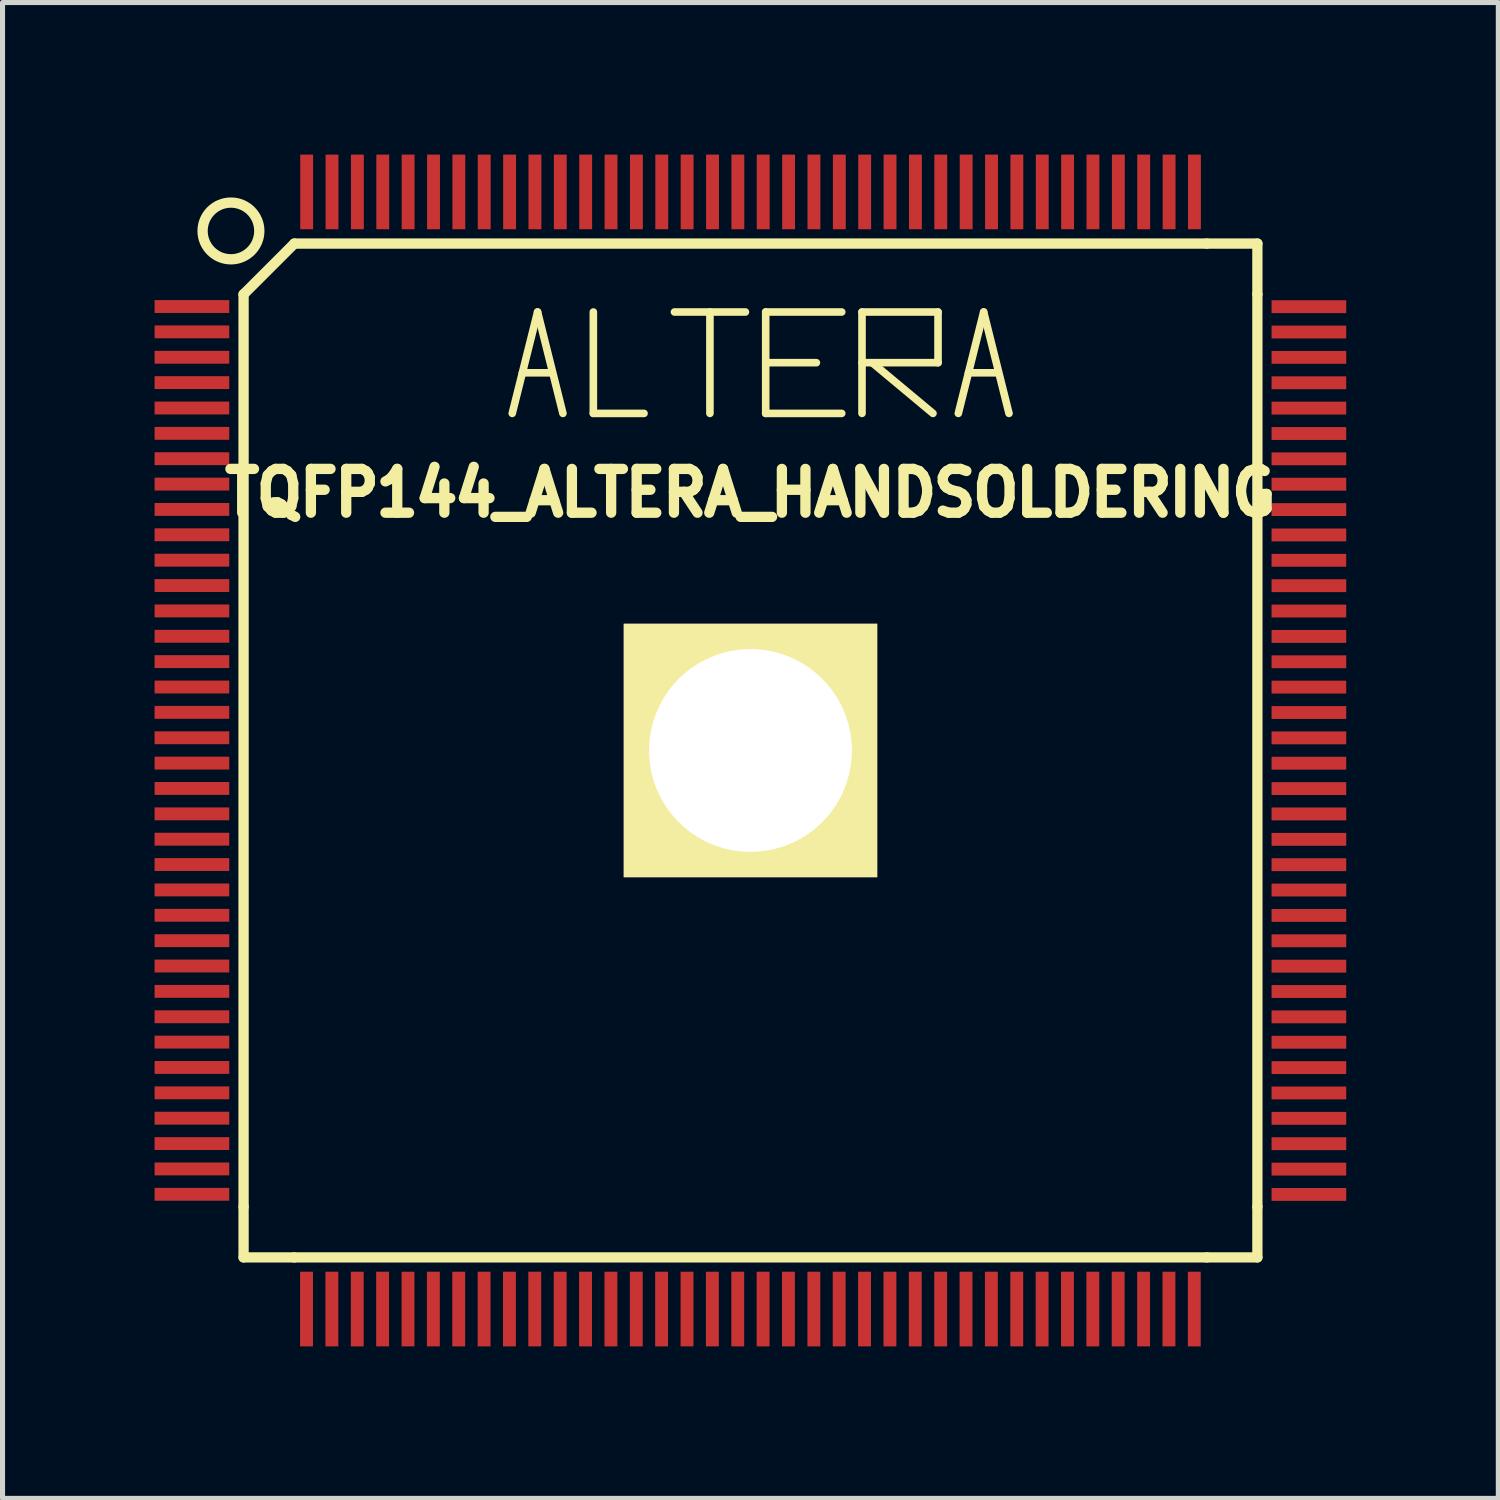
<source format=kicad_pcb>
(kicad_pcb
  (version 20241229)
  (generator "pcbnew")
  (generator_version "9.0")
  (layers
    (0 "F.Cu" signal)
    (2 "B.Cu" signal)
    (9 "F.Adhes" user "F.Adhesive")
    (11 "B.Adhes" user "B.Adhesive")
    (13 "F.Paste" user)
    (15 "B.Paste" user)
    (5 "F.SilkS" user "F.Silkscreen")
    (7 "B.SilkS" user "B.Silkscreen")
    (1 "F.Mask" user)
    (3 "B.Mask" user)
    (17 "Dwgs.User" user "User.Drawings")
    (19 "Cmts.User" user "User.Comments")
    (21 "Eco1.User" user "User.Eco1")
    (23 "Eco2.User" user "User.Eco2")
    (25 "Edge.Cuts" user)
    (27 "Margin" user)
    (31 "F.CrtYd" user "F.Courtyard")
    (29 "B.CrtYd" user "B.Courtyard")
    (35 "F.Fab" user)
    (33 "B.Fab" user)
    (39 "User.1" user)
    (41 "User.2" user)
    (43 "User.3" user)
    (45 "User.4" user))
  (footprint "TQFP144_ALTERA_HANDSOLDERING"
    (layer "F.Cu")
    (at 11.755 11.755)
    (property "Reference" "TQFP144_ALTERA_HANDSOLDERING" (at 0 -5.08 0) (layer "F.SilkS") (effects (font (size 0.864 0.813) (thickness 0.203))))
    (attr smd)
    (fp_line (start -10 8.999) (end -10 -8.999) (stroke (width 0.203) (type solid)) (layer "F.SilkS"))
    (fp_line (start -10 10) (end -10 8.999) (stroke (width 0.203) (type solid)) (layer "F.SilkS"))
    (fp_line (start -10 10) (end -8.999 10) (stroke (width 0.203) (type solid)) (layer "F.SilkS"))
    (fp_line (start -8.999 -10) (end -10 -8.999) (stroke (width 0.203) (type solid)) (layer "F.SilkS"))
    (fp_line (start -8.999 -10) (end 8.999 -10) (stroke (width 0.203) (type solid)) (layer "F.SilkS"))
    (fp_line (start -4.7 -6.65) (end -4.2 -8.65) (stroke (width 0.15) (type solid)) (layer "F.SilkS"))
    (fp_line (start -4.5 -7.45) (end -3.95 -7.45) (stroke (width 0.15) (type solid)) (layer "F.SilkS"))
    (fp_line (start -4.2 -8.65) (end -3.7 -6.65) (stroke (width 0.15) (type solid)) (layer "F.SilkS"))
    (fp_line (start -3.1 -8.65) (end -3.1 -6.65) (stroke (width 0.15) (type solid)) (layer "F.SilkS"))
    (fp_line (start -3.1 -6.65) (end -2.1 -6.65) (stroke (width 0.15) (type solid)) (layer "F.SilkS"))
    (fp_line (start -1.5 -8.65) (end -0.1 -8.65) (stroke (width 0.15) (type solid)) (layer "F.SilkS"))
    (fp_line (start -0.8 -8.65) (end -0.8 -6.65) (stroke (width 0.15) (type solid)) (layer "F.SilkS"))
    (fp_line (start 0.3 -8.65) (end 0.3 -6.65) (stroke (width 0.15) (type solid)) (layer "F.SilkS"))
    (fp_line (start 0.3 -8.65) (end 1.8 -8.65) (stroke (width 0.15) (type solid)) (layer "F.SilkS"))
    (fp_line (start 0.3 -7.65) (end 1.3 -7.65) (stroke (width 0.15) (type solid)) (layer "F.SilkS"))
    (fp_line (start 0.3 -6.65) (end 1.8 -6.65) (stroke (width 0.15) (type solid)) (layer "F.SilkS"))
    (fp_line (start 2.2 -8.65) (end 2.2 -6.65) (stroke (width 0.15) (type solid)) (layer "F.SilkS"))
    (fp_line (start 2.2 -8.65) (end 3.7 -8.65) (stroke (width 0.15) (type solid)) (layer "F.SilkS"))
    (fp_line (start 2.4 -7.65) (end 3.6 -6.65) (stroke (width 0.15) (type solid)) (layer "F.SilkS"))
    (fp_line (start 3.7 -8.65) (end 3.7 -7.65) (stroke (width 0.15) (type solid)) (layer "F.SilkS"))
    (fp_line (start 3.7 -7.65) (end 2.2 -7.65) (stroke (width 0.15) (type solid)) (layer "F.SilkS"))
    (fp_line (start 4.1 -6.65) (end 4.6 -8.65) (stroke (width 0.15) (type solid)) (layer "F.SilkS"))
    (fp_line (start 4.3 -7.45) (end 4.85 -7.45) (stroke (width 0.15) (type solid)) (layer "F.SilkS"))
    (fp_line (start 4.6 -8.65) (end 5.1 -6.65) (stroke (width 0.15) (type solid)) (layer "F.SilkS"))
    (fp_line (start 8.999 10) (end -8.999 10) (stroke (width 0.203) (type solid)) (layer "F.SilkS"))
    (fp_line (start 10 -10) (end 8.999 -10) (stroke (width 0.203) (type solid)) (layer "F.SilkS"))
    (fp_line (start 10 -10) (end 10 -8.999) (stroke (width 0.203) (type solid)) (layer "F.SilkS"))
    (fp_line (start 10 -8.999) (end 10 8.999) (stroke (width 0.203) (type solid)) (layer "F.SilkS"))
    (fp_line (start 10 10) (end 8.999 10) (stroke (width 0.203) (type solid)) (layer "F.SilkS"))
    (fp_line (start 10 10) (end 10 8.999) (stroke (width 0.203) (type solid)) (layer "F.SilkS"))
    (fp_circle (center -10.249 -10.249) (end -10.749 -10.5) (stroke (width 0.203) (type solid)) (fill no) (layer "F.SilkS"))
    (pad "1" smd rect (at -11.019 -8.758 90) (size 0.254 1.473) (layers "F.Cu" "F.Mask" "F.Paste"))
    (pad "2" smd rect (at -11.019 -8.258 90) (size 0.254 1.473) (layers "F.Cu" "F.Mask" "F.Paste"))
    (pad "3" smd rect (at -11.019 -7.757 90) (size 0.254 1.473) (layers "F.Cu" "F.Mask" "F.Paste"))
    (pad "4" smd rect (at -11.019 -7.257 90) (size 0.254 1.473) (layers "F.Cu" "F.Mask" "F.Paste"))
    (pad "5" smd rect (at -11.019 -6.756 90) (size 0.254 1.473) (layers "F.Cu" "F.Mask" "F.Paste"))
    (pad "6" smd rect (at -11.019 -6.256 90) (size 0.254 1.473) (layers "F.Cu" "F.Mask" "F.Paste"))
    (pad "7" smd rect (at -11.019 -5.756 90) (size 0.254 1.473) (layers "F.Cu" "F.Mask" "F.Paste"))
    (pad "8" smd rect (at -11.019 -5.255 90) (size 0.254 1.473) (layers "F.Cu" "F.Mask" "F.Paste"))
    (pad "9" smd rect (at -11.019 -4.755 90) (size 0.254 1.473) (layers "F.Cu" "F.Mask" "F.Paste"))
    (pad "10" smd rect (at -11.019 -4.255 90) (size 0.254 1.473) (layers "F.Cu" "F.Mask" "F.Paste"))
    (pad "11" smd rect (at -11.019 -3.754 90) (size 0.254 1.473) (layers "F.Cu" "F.Mask" "F.Paste"))
    (pad "12" smd rect (at -11.019 -3.254 90) (size 0.254 1.473) (layers "F.Cu" "F.Mask" "F.Paste"))
    (pad "13" smd rect (at -11.019 -2.753 90) (size 0.254 1.473) (layers "F.Cu" "F.Mask" "F.Paste"))
    (pad "14" smd rect (at -11.019 -2.253 90) (size 0.254 1.473) (layers "F.Cu" "F.Mask" "F.Paste"))
    (pad "15" smd rect (at -11.019 -1.753 90) (size 0.254 1.473) (layers "F.Cu" "F.Mask" "F.Paste"))
    (pad "16" smd rect (at -11.019 -1.252 90) (size 0.254 1.473) (layers "F.Cu" "F.Mask" "F.Paste"))
    (pad "17" smd rect (at -11.019 -0.752 90) (size 0.254 1.473) (layers "F.Cu" "F.Mask" "F.Paste"))
    (pad "18" smd rect (at -11.019 -0.251 90) (size 0.254 1.473) (layers "F.Cu" "F.Mask" "F.Paste"))
    (pad "19" smd rect (at -11.019 0.249 90) (size 0.254 1.473) (layers "F.Cu" "F.Mask" "F.Paste"))
    (pad "20" smd rect (at -11.019 0.749 90) (size 0.254 1.473) (layers "F.Cu" "F.Mask" "F.Paste"))
    (pad "21" smd rect (at -11.019 1.25 90) (size 0.254 1.473) (layers "F.Cu" "F.Mask" "F.Paste"))
    (pad "22" smd rect (at -11.019 1.75 90) (size 0.254 1.473) (layers "F.Cu" "F.Mask" "F.Paste"))
    (pad "23" smd rect (at -11.019 2.25 90) (size 0.254 1.473) (layers "F.Cu" "F.Mask" "F.Paste"))
    (pad "24" smd rect (at -11.019 2.751 90) (size 0.254 1.473) (layers "F.Cu" "F.Mask" "F.Paste"))
    (pad "25" smd rect (at -11.019 3.251 90) (size 0.254 1.473) (layers "F.Cu" "F.Mask" "F.Paste"))
    (pad "26" smd rect (at -11.019 3.752 90) (size 0.254 1.473) (layers "F.Cu" "F.Mask" "F.Paste"))
    (pad "27" smd rect (at -11.019 4.252 90) (size 0.254 1.473) (layers "F.Cu" "F.Mask" "F.Paste"))
    (pad "28" smd rect (at -11.019 4.752 90) (size 0.254 1.473) (layers "F.Cu" "F.Mask" "F.Paste"))
    (pad "29" smd rect (at -11.019 5.253 90) (size 0.254 1.473) (layers "F.Cu" "F.Mask" "F.Paste"))
    (pad "30" smd rect (at -11.019 5.753 90) (size 0.254 1.473) (layers "F.Cu" "F.Mask" "F.Paste"))
    (pad "31" smd rect (at -11.019 6.253 90) (size 0.254 1.473) (layers "F.Cu" "F.Mask" "F.Paste"))
    (pad "32" smd rect (at -11.019 6.754 90) (size 0.254 1.473) (layers "F.Cu" "F.Mask" "F.Paste"))
    (pad "33" smd rect (at -11.019 7.254 90) (size 0.254 1.473) (layers "F.Cu" "F.Mask" "F.Paste"))
    (pad "34" smd rect (at -11.019 7.755 90) (size 0.254 1.473) (layers "F.Cu" "F.Mask" "F.Paste"))
    (pad "35" smd rect (at -11.019 8.255 90) (size 0.254 1.473) (layers "F.Cu" "F.Mask" "F.Paste"))
    (pad "36" smd rect (at -11.019 8.755 90) (size 0.254 1.473) (layers "F.Cu" "F.Mask" "F.Paste"))
    (pad "37" smd rect (at -8.758 11.019) (size 0.254 1.473) (layers "F.Cu" "F.Mask" "F.Paste"))
    (pad "38" smd rect (at -8.258 11.019) (size 0.254 1.473) (layers "F.Cu" "F.Mask" "F.Paste"))
    (pad "39" smd rect (at -7.757 11.019) (size 0.254 1.473) (layers "F.Cu" "F.Mask" "F.Paste"))
    (pad "40" smd rect (at -7.257 11.019) (size 0.254 1.473) (layers "F.Cu" "F.Mask" "F.Paste"))
    (pad "41" smd rect (at -6.756 11.019) (size 0.254 1.473) (layers "F.Cu" "F.Mask" "F.Paste"))
    (pad "42" smd rect (at -6.256 11.019) (size 0.254 1.473) (layers "F.Cu" "F.Mask" "F.Paste"))
    (pad "43" smd rect (at -5.756 11.019) (size 0.254 1.473) (layers "F.Cu" "F.Mask" "F.Paste"))
    (pad "44" smd rect (at -5.255 11.019) (size 0.254 1.473) (layers "F.Cu" "F.Mask" "F.Paste"))
    (pad "45" smd rect (at -4.755 11.019) (size 0.254 1.473) (layers "F.Cu" "F.Mask" "F.Paste"))
    (pad "46" smd rect (at -4.255 11.019) (size 0.254 1.473) (layers "F.Cu" "F.Mask" "F.Paste"))
    (pad "47" smd rect (at -3.754 11.019) (size 0.254 1.473) (layers "F.Cu" "F.Mask" "F.Paste"))
    (pad "48" smd rect (at -3.254 11.019) (size 0.254 1.473) (layers "F.Cu" "F.Mask" "F.Paste"))
    (pad "49" smd rect (at -2.753 11.019) (size 0.254 1.473) (layers "F.Cu" "F.Mask" "F.Paste"))
    (pad "50" smd rect (at -2.253 11.019) (size 0.254 1.473) (layers "F.Cu" "F.Mask" "F.Paste"))
    (pad "51" smd rect (at -1.753 11.019) (size 0.254 1.473) (layers "F.Cu" "F.Mask" "F.Paste"))
    (pad "52" smd rect (at -1.252 11.019) (size 0.254 1.473) (layers "F.Cu" "F.Mask" "F.Paste"))
    (pad "53" smd rect (at -0.752 11.019) (size 0.254 1.473) (layers "F.Cu" "F.Mask" "F.Paste"))
    (pad "54" smd rect (at -0.251 11.019) (size 0.254 1.473) (layers "F.Cu" "F.Mask" "F.Paste"))
    (pad "55" smd rect (at 0.249 11.019) (size 0.254 1.473) (layers "F.Cu" "F.Mask" "F.Paste"))
    (pad "56" smd rect (at 0.749 11.019) (size 0.254 1.473) (layers "F.Cu" "F.Mask" "F.Paste"))
    (pad "57" smd rect (at 1.25 11.019) (size 0.254 1.473) (layers "F.Cu" "F.Mask" "F.Paste"))
    (pad "58" smd rect (at 1.75 11.019) (size 0.254 1.473) (layers "F.Cu" "F.Mask" "F.Paste"))
    (pad "59" smd rect (at 2.25 11.019) (size 0.254 1.473) (layers "F.Cu" "F.Mask" "F.Paste"))
    (pad "60" smd rect (at 2.751 11.019) (size 0.254 1.473) (layers "F.Cu" "F.Mask" "F.Paste"))
    (pad "61" smd rect (at 3.251 11.019) (size 0.254 1.473) (layers "F.Cu" "F.Mask" "F.Paste"))
    (pad "62" smd rect (at 3.752 11.019) (size 0.254 1.473) (layers "F.Cu" "F.Mask" "F.Paste"))
    (pad "63" smd rect (at 4.252 11.019) (size 0.254 1.473) (layers "F.Cu" "F.Mask" "F.Paste"))
    (pad "64" smd rect (at 4.752 11.019) (size 0.254 1.473) (layers "F.Cu" "F.Mask" "F.Paste"))
    (pad "65" smd rect (at 5.253 11.019) (size 0.254 1.473) (layers "F.Cu" "F.Mask" "F.Paste"))
    (pad "66" smd rect (at 5.753 11.019) (size 0.254 1.473) (layers "F.Cu" "F.Mask" "F.Paste"))
    (pad "67" smd rect (at 6.253 11.019) (size 0.254 1.473) (layers "F.Cu" "F.Mask" "F.Paste"))
    (pad "68" smd rect (at 6.754 11.019) (size 0.254 1.473) (layers "F.Cu" "F.Mask" "F.Paste"))
    (pad "69" smd rect (at 7.254 11.019) (size 0.254 1.473) (layers "F.Cu" "F.Mask" "F.Paste"))
    (pad "70" smd rect (at 7.755 11.019) (size 0.254 1.473) (layers "F.Cu" "F.Mask" "F.Paste"))
    (pad "71" smd rect (at 8.255 11.019) (size 0.254 1.473) (layers "F.Cu" "F.Mask" "F.Paste"))
    (pad "72" smd rect (at 8.755 11.019) (size 0.254 1.473) (layers "F.Cu" "F.Mask" "F.Paste"))
    (pad "73" smd rect (at 11.016 8.758 270) (size 0.254 1.473) (layers "F.Cu" "F.Mask" "F.Paste"))
    (pad "74" smd rect (at 11.016 8.258 270) (size 0.254 1.473) (layers "F.Cu" "F.Mask" "F.Paste"))
    (pad "75" smd rect (at 11.016 7.757 270) (size 0.254 1.473) (layers "F.Cu" "F.Mask" "F.Paste"))
    (pad "76" smd rect (at 11.016 7.257 270) (size 0.254 1.473) (layers "F.Cu" "F.Mask" "F.Paste"))
    (pad "77" smd rect (at 11.016 6.756 270) (size 0.254 1.473) (layers "F.Cu" "F.Mask" "F.Paste"))
    (pad "78" smd rect (at 11.016 6.256 270) (size 0.254 1.473) (layers "F.Cu" "F.Mask" "F.Paste"))
    (pad "79" smd rect (at 11.016 5.756 270) (size 0.254 1.473) (layers "F.Cu" "F.Mask" "F.Paste"))
    (pad "80" smd rect (at 11.016 5.255 270) (size 0.254 1.473) (layers "F.Cu" "F.Mask" "F.Paste"))
    (pad "81" smd rect (at 11.016 4.755 270) (size 0.254 1.473) (layers "F.Cu" "F.Mask" "F.Paste"))
    (pad "82" smd rect (at 11.016 4.255 270) (size 0.254 1.473) (layers "F.Cu" "F.Mask" "F.Paste"))
    (pad "83" smd rect (at 11.016 3.754 270) (size 0.254 1.473) (layers "F.Cu" "F.Mask" "F.Paste"))
    (pad "84" smd rect (at 11.016 3.254 270) (size 0.254 1.473) (layers "F.Cu" "F.Mask" "F.Paste"))
    (pad "85" smd rect (at 11.016 2.753 270) (size 0.254 1.473) (layers "F.Cu" "F.Mask" "F.Paste"))
    (pad "86" smd rect (at 11.016 2.253 270) (size 0.254 1.473) (layers "F.Cu" "F.Mask" "F.Paste"))
    (pad "87" smd rect (at 11.016 1.753 270) (size 0.254 1.473) (layers "F.Cu" "F.Mask" "F.Paste"))
    (pad "88" smd rect (at 11.016 1.252 270) (size 0.254 1.473) (layers "F.Cu" "F.Mask" "F.Paste"))
    (pad "89" smd rect (at 11.016 0.752 270) (size 0.254 1.473) (layers "F.Cu" "F.Mask" "F.Paste"))
    (pad "90" smd rect (at 11.016 0.251 270) (size 0.254 1.473) (layers "F.Cu" "F.Mask" "F.Paste"))
    (pad "91" smd rect (at 11.016 -0.249 270) (size 0.254 1.473) (layers "F.Cu" "F.Mask" "F.Paste"))
    (pad "92" smd rect (at 11.016 -0.749 270) (size 0.254 1.473) (layers "F.Cu" "F.Mask" "F.Paste"))
    (pad "93" smd rect (at 11.016 -1.25 270) (size 0.254 1.473) (layers "F.Cu" "F.Mask" "F.Paste"))
    (pad "94" smd rect (at 11.016 -1.75 270) (size 0.254 1.473) (layers "F.Cu" "F.Mask" "F.Paste"))
    (pad "95" smd rect (at 11.016 -2.25 270) (size 0.254 1.473) (layers "F.Cu" "F.Mask" "F.Paste"))
    (pad "96" smd rect (at 11.016 -2.751 270) (size 0.254 1.473) (layers "F.Cu" "F.Mask" "F.Paste"))
    (pad "97" smd rect (at 11.016 -3.251 270) (size 0.254 1.473) (layers "F.Cu" "F.Mask" "F.Paste"))
    (pad "98" smd rect (at 11.016 -3.752 270) (size 0.254 1.473) (layers "F.Cu" "F.Mask" "F.Paste"))
    (pad "99" smd rect (at 11.016 -4.252 270) (size 0.254 1.473) (layers "F.Cu" "F.Mask" "F.Paste"))
    (pad "100" smd rect (at 11.016 -4.752 270) (size 0.254 1.473) (layers "F.Cu" "F.Mask" "F.Paste"))
    (pad "101" smd rect (at 11.016 -5.253 270) (size 0.254 1.473) (layers "F.Cu" "F.Mask" "F.Paste"))
    (pad "102" smd rect (at 11.016 -5.753 270) (size 0.254 1.473) (layers "F.Cu" "F.Mask" "F.Paste"))
    (pad "103" smd rect (at 11.016 -6.253 270) (size 0.254 1.473) (layers "F.Cu" "F.Mask" "F.Paste"))
    (pad "104" smd rect (at 11.016 -6.754 270) (size 0.254 1.473) (layers "F.Cu" "F.Mask" "F.Paste"))
    (pad "105" smd rect (at 11.016 -7.254 270) (size 0.254 1.473) (layers "F.Cu" "F.Mask" "F.Paste"))
    (pad "106" smd rect (at 11.016 -7.755 270) (size 0.254 1.473) (layers "F.Cu" "F.Mask" "F.Paste"))
    (pad "107" smd rect (at 11.016 -8.255 270) (size 0.254 1.473) (layers "F.Cu" "F.Mask" "F.Paste"))
    (pad "108" smd rect (at 11.016 -8.755 270) (size 0.254 1.473) (layers "F.Cu" "F.Mask" "F.Paste"))
    (pad "109" smd rect (at 8.758 -11.019) (size 0.254 1.473) (layers "F.Cu" "F.Mask" "F.Paste"))
    (pad "110" smd rect (at 8.258 -11.019) (size 0.254 1.473) (layers "F.Cu" "F.Mask" "F.Paste"))
    (pad "111" smd rect (at 7.757 -11.019) (size 0.254 1.473) (layers "F.Cu" "F.Mask" "F.Paste"))
    (pad "112" smd rect (at 7.257 -11.019) (size 0.254 1.473) (layers "F.Cu" "F.Mask" "F.Paste"))
    (pad "113" smd rect (at 6.756 -11.019) (size 0.254 1.473) (layers "F.Cu" "F.Mask" "F.Paste"))
    (pad "114" smd rect (at 6.256 -11.019) (size 0.254 1.473) (layers "F.Cu" "F.Mask" "F.Paste"))
    (pad "115" smd rect (at 5.756 -11.019) (size 0.254 1.473) (layers "F.Cu" "F.Mask" "F.Paste"))
    (pad "116" smd rect (at 5.255 -11.019) (size 0.254 1.473) (layers "F.Cu" "F.Mask" "F.Paste"))
    (pad "117" smd rect (at 4.755 -11.019) (size 0.254 1.473) (layers "F.Cu" "F.Mask" "F.Paste"))
    (pad "118" smd rect (at 4.255 -11.019) (size 0.254 1.473) (layers "F.Cu" "F.Mask" "F.Paste"))
    (pad "119" smd rect (at 3.754 -11.019) (size 0.254 1.473) (layers "F.Cu" "F.Mask" "F.Paste"))
    (pad "120" smd rect (at 3.254 -11.019) (size 0.254 1.473) (layers "F.Cu" "F.Mask" "F.Paste"))
    (pad "121" smd rect (at 2.753 -11.019) (size 0.254 1.473) (layers "F.Cu" "F.Mask" "F.Paste"))
    (pad "122" smd rect (at 2.253 -11.019) (size 0.254 1.473) (layers "F.Cu" "F.Mask" "F.Paste"))
    (pad "123" smd rect (at 1.753 -11.019) (size 0.254 1.473) (layers "F.Cu" "F.Mask" "F.Paste"))
    (pad "124" smd rect (at 1.252 -11.019) (size 0.254 1.473) (layers "F.Cu" "F.Mask" "F.Paste"))
    (pad "125" smd rect (at 0.752 -11.019) (size 0.254 1.473) (layers "F.Cu" "F.Mask" "F.Paste"))
    (pad "126" smd rect (at 0.251 -11.019) (size 0.254 1.473) (layers "F.Cu" "F.Mask" "F.Paste"))
    (pad "127" smd rect (at -0.249 -11.019) (size 0.254 1.473) (layers "F.Cu" "F.Mask" "F.Paste"))
    (pad "128" smd rect (at -0.749 -11.019) (size 0.254 1.473) (layers "F.Cu" "F.Mask" "F.Paste"))
    (pad "129" smd rect (at -1.25 -11.019) (size 0.254 1.473) (layers "F.Cu" "F.Mask" "F.Paste"))
    (pad "130" smd rect (at -1.75 -11.019) (size 0.254 1.473) (layers "F.Cu" "F.Mask" "F.Paste"))
    (pad "131" smd rect (at -2.25 -11.019) (size 0.254 1.473) (layers "F.Cu" "F.Mask" "F.Paste"))
    (pad "132" smd rect (at -2.751 -11.019) (size 0.254 1.473) (layers "F.Cu" "F.Mask" "F.Paste"))
    (pad "133" smd rect (at -3.251 -11.019) (size 0.254 1.473) (layers "F.Cu" "F.Mask" "F.Paste"))
    (pad "134" smd rect (at -3.752 -11.019) (size 0.254 1.473) (layers "F.Cu" "F.Mask" "F.Paste"))
    (pad "135" smd rect (at -4.252 -11.019) (size 0.254 1.473) (layers "F.Cu" "F.Mask" "F.Paste"))
    (pad "136" smd rect (at -4.752 -11.019) (size 0.254 1.473) (layers "F.Cu" "F.Mask" "F.Paste"))
    (pad "137" smd rect (at -5.253 -11.019) (size 0.254 1.473) (layers "F.Cu" "F.Mask" "F.Paste"))
    (pad "138" smd rect (at -5.753 -11.019) (size 0.254 1.473) (layers "F.Cu" "F.Mask" "F.Paste"))
    (pad "139" smd rect (at -6.253 -11.019) (size 0.254 1.473) (layers "F.Cu" "F.Mask" "F.Paste"))
    (pad "140" smd rect (at -6.754 -11.019) (size 0.254 1.473) (layers "F.Cu" "F.Mask" "F.Paste"))
    (pad "141" smd rect (at -7.254 -11.019) (size 0.254 1.473) (layers "F.Cu" "F.Mask" "F.Paste"))
    (pad "142" smd rect (at -7.755 -11.019) (size 0.254 1.473) (layers "F.Cu" "F.Mask" "F.Paste"))
    (pad "143" smd rect (at -8.255 -11.019) (size 0.254 1.473) (layers "F.Cu" "F.Mask" "F.Paste"))
    (pad "144" smd rect (at -8.755 -11.019) (size 0.254 1.473) (layers "F.Cu" "F.Mask" "F.Paste"))
    (pad "145" thru_hole rect (at 0 0) (size 5 5) (drill 4) (layers "*.Cu" "*.Mask" "F.SilkS")))
  (gr_rect
    (start -3 -3)
    (end 26.508 26.51)
    (stroke (width 0.1) (type default))
    (fill no)
    (layer "Edge.Cuts")))
</source>
